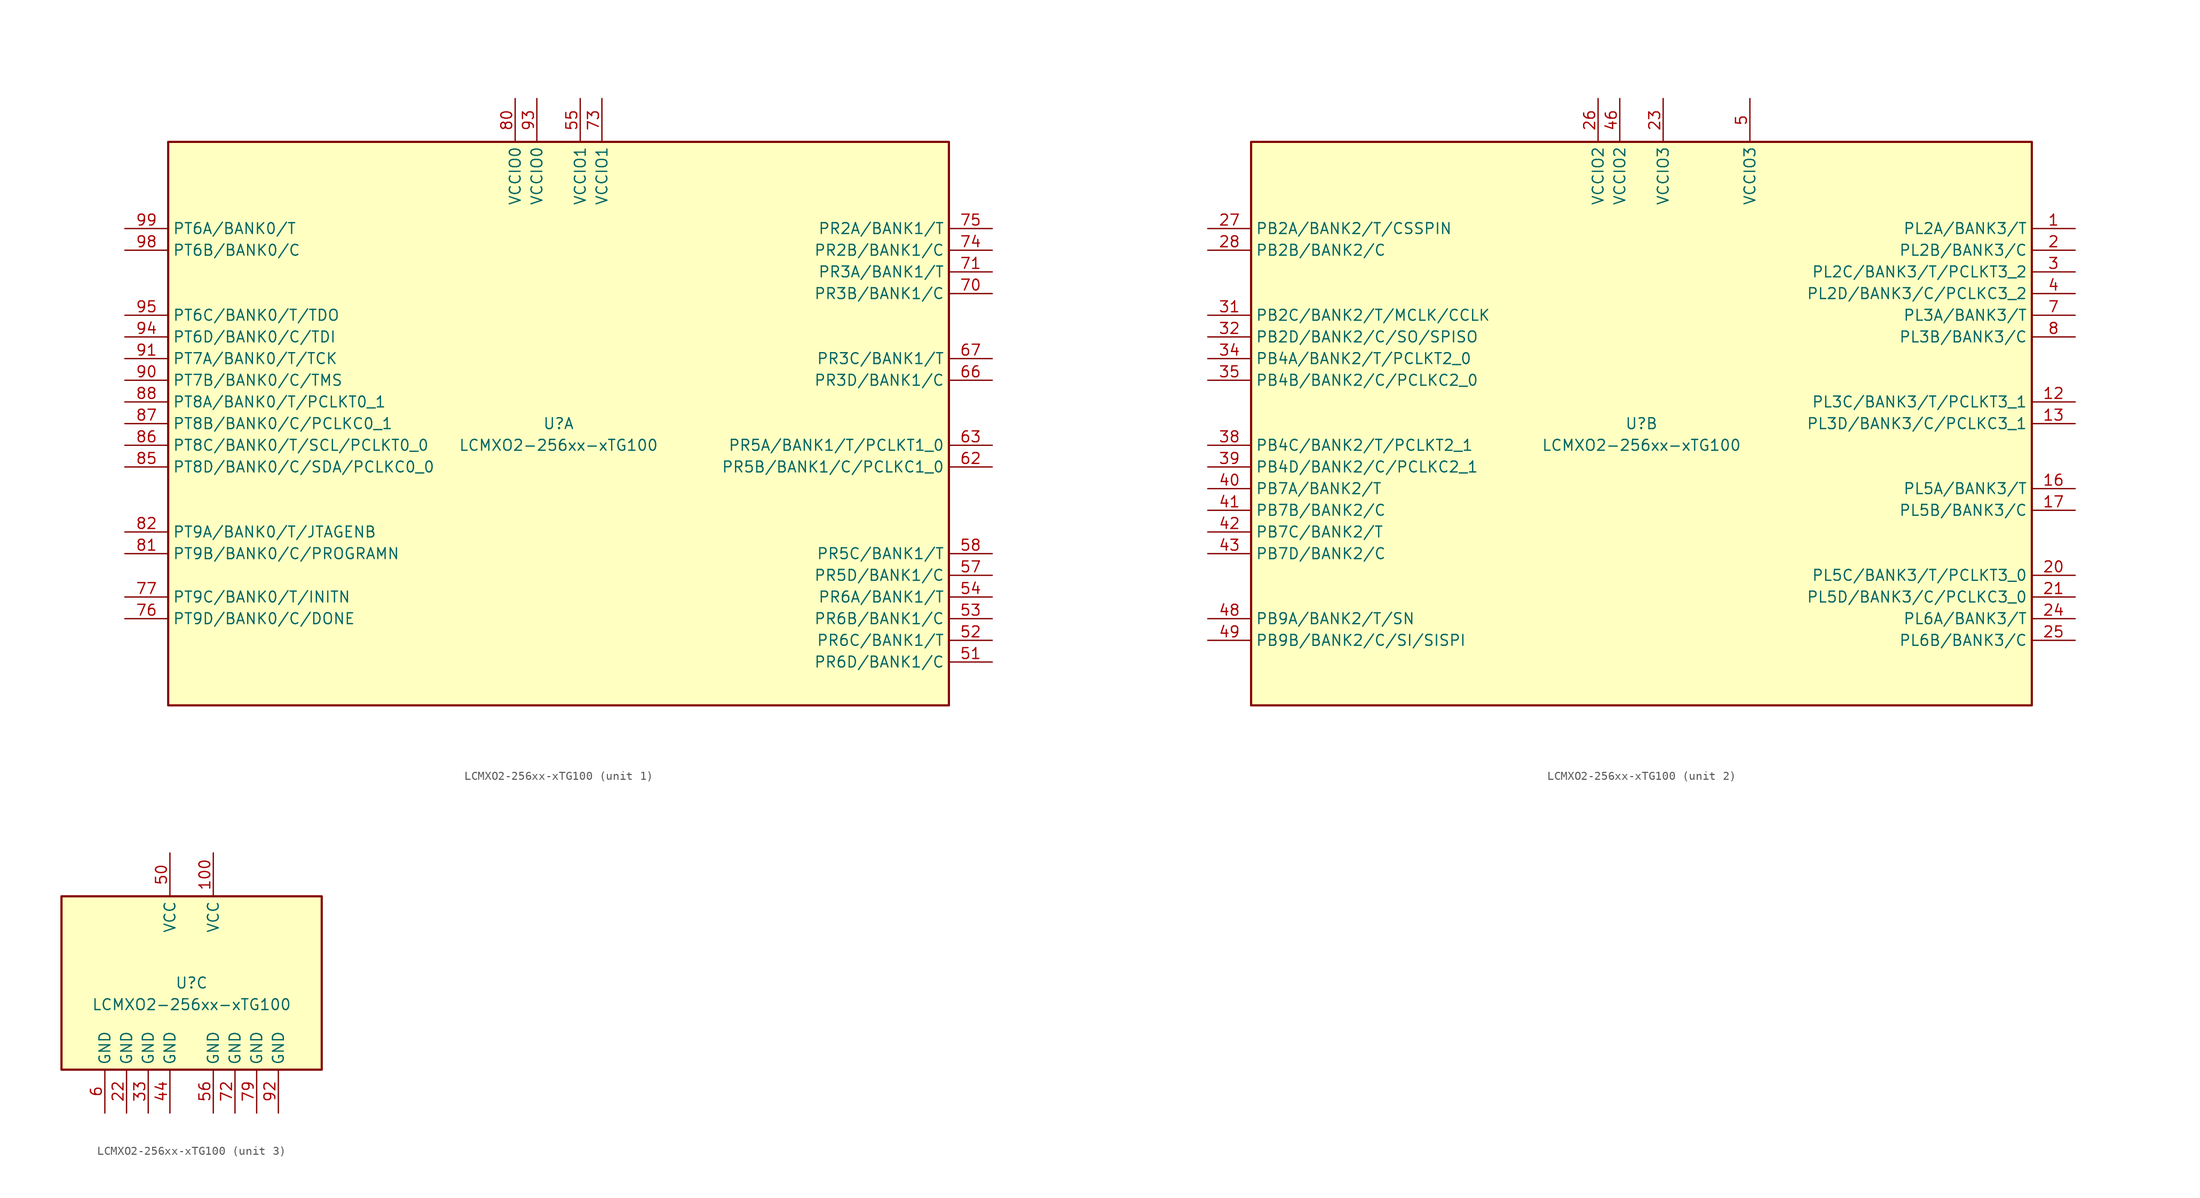
<source format=kicad_sym>
(kicad_symbol_lib
  (version 20241209)
  (generator "kicad_symbol_editor")
  (generator_version "9.0")
  (symbol "LCMXO2-256xx-xTG100"
    (property "Reference" "U"
      (at 0 0 0)
      (effects (font (size 1.27 1.27))))
    (property "Value" "LCMXO2-256xx-xTG100"
      (at 0 -2.54 0)
      (effects (font (size 1.27 1.27))))
    (property "ki_locked" ""
      (at 0 0 0)
      (effects (font (size 1.27 1.27))))
    (symbol "LCMXO2-256xx-xTG100_1_1"
      (rectangle (start -45.72 33.02) (end 45.72 -33.02) (stroke (width 0.254) (type default)) (fill (type background)))
      (pin bidirectional line (at -50.8 22.86 0) (length 5.08) (name "PT6A/BANK0/T" (effects (font (size 1.27 1.27)))) (number "99" (effects (font (size 1.27 1.27)))))
      (pin bidirectional line (at -50.8 20.32 0) (length 5.08) (name "PT6B/BANK0/C" (effects (font (size 1.27 1.27)))) (number "98" (effects (font (size 1.27 1.27)))))
      (pin bidirectional line (at -50.8 12.7 0) (length 5.08) (name "PT6C/BANK0/T/TDO" (effects (font (size 1.27 1.27)))) (number "95" (effects (font (size 1.27 1.27)))))
      (pin bidirectional line (at -50.8 10.16 0) (length 5.08) (name "PT6D/BANK0/C/TDI" (effects (font (size 1.27 1.27)))) (number "94" (effects (font (size 1.27 1.27)))))
      (pin bidirectional line (at -50.8 7.62 0) (length 5.08) (name "PT7A/BANK0/T/TCK" (effects (font (size 1.27 1.27)))) (number "91" (effects (font (size 1.27 1.27)))))
      (pin bidirectional line (at -50.8 5.08 0) (length 5.08) (name "PT7B/BANK0/C/TMS" (effects (font (size 1.27 1.27)))) (number "90" (effects (font (size 1.27 1.27)))))
      (pin bidirectional line (at -50.8 2.54 0) (length 5.08) (name "PT8A/BANK0/T/PCLKT0_1" (effects (font (size 1.27 1.27)))) (number "88" (effects (font (size 1.27 1.27)))))
      (pin bidirectional line (at -50.8 0 0) (length 5.08) (name "PT8B/BANK0/C/PCLKC0_1" (effects (font (size 1.27 1.27)))) (number "87" (effects (font (size 1.27 1.27)))))
      (pin bidirectional line (at -50.8 -2.54 0) (length 5.08) (name "PT8C/BANK0/T/SCL/PCLKT0_0" (effects (font (size 1.27 1.27)))) (number "86" (effects (font (size 1.27 1.27)))))
      (pin bidirectional line (at -50.8 -5.08 0) (length 5.08) (name "PT8D/BANK0/C/SDA/PCLKC0_0" (effects (font (size 1.27 1.27)))) (number "85" (effects (font (size 1.27 1.27)))))
      (pin bidirectional line (at -50.8 -12.7 0) (length 5.08) (name "PT9A/BANK0/T/JTAGENB" (effects (font (size 1.27 1.27)))) (number "82" (effects (font (size 1.27 1.27)))))
      (pin bidirectional line (at -50.8 -15.24 0) (length 5.08) (name "PT9B/BANK0/C/PROGRAMN" (effects (font (size 1.27 1.27)))) (number "81" (effects (font (size 1.27 1.27)))))
      (pin bidirectional line (at -50.8 -20.32 0) (length 5.08) (name "PT9C/BANK0/T/INITN" (effects (font (size 1.27 1.27)))) (number "77" (effects (font (size 1.27 1.27)))))
      (pin bidirectional line (at -50.8 -22.86 0) (length 5.08) (name "PT9D/BANK0/C/DONE" (effects (font (size 1.27 1.27)))) (number "76" (effects (font (size 1.27 1.27)))))
      (pin no_connect line (at -45.72 17.78 0) (length 5.08) (hide yes) (name "NC" (effects (font (size 1.27 1.27)))) (number "97" (effects (font (size 1.27 1.27)))))
      (pin no_connect line (at -45.72 15.24 0) (length 5.08) (hide yes) (name "NC" (effects (font (size 1.27 1.27)))) (number "96" (effects (font (size 1.27 1.27)))))
      (pin no_connect line (at -45.72 -7.62 0) (length 5.08) (hide yes) (name "NC" (effects (font (size 1.27 1.27)))) (number "84" (effects (font (size 1.27 1.27)))))
      (pin no_connect line (at -45.72 -10.16 0) (length 5.08) (hide yes) (name "NC" (effects (font (size 1.27 1.27)))) (number "83" (effects (font (size 1.27 1.27)))))
      (pin no_connect line (at -45.72 -17.78 0) (length 5.08) (hide yes) (name "NC" (effects (font (size 1.27 1.27)))) (number "78" (effects (font (size 1.27 1.27)))))
      (pin no_connect line (at -45.72 -25.4 0) (length 5.08) (hide yes) (name "NC" (effects (font (size 1.27 1.27)))) (number "89" (effects (font (size 1.27 1.27)))))
      (pin power_in line (at -5.08 38.1 270) (length 5.08) (name "VCCIO0" (effects (font (size 1.27 1.27)))) (number "80" (effects (font (size 1.27 1.27)))))
      (pin power_in line (at -2.54 38.1 270) (length 5.08) (name "VCCIO0" (effects (font (size 1.27 1.27)))) (number "93" (effects (font (size 1.27 1.27)))))
      (pin power_in line (at 2.54 38.1 270) (length 5.08) (name "VCCIO1" (effects (font (size 1.27 1.27)))) (number "55" (effects (font (size 1.27 1.27)))))
      (pin power_in line (at 5.08 38.1 270) (length 5.08) (name "VCCIO1" (effects (font (size 1.27 1.27)))) (number "73" (effects (font (size 1.27 1.27)))))
      (pin no_connect line (at 45.72 12.7 180) (length 5.08) (hide yes) (name "NC" (effects (font (size 1.27 1.27)))) (number "69" (effects (font (size 1.27 1.27)))))
      (pin no_connect line (at 45.72 10.16 180) (length 5.08) (hide yes) (name "NC" (effects (font (size 1.27 1.27)))) (number "68" (effects (font (size 1.27 1.27)))))
      (pin no_connect line (at 45.72 2.54 180) (length 5.08) (hide yes) (name "NC" (effects (font (size 1.27 1.27)))) (number "65" (effects (font (size 1.27 1.27)))))
      (pin no_connect line (at 45.72 0 180) (length 5.08) (hide yes) (name "NC" (effects (font (size 1.27 1.27)))) (number "64" (effects (font (size 1.27 1.27)))))
      (pin no_connect line (at 45.72 -7.62 180) (length 5.08) (hide yes) (name "NC" (effects (font (size 1.27 1.27)))) (number "61" (effects (font (size 1.27 1.27)))))
      (pin no_connect line (at 45.72 -10.16 180) (length 5.08) (hide yes) (name "NC" (effects (font (size 1.27 1.27)))) (number "60" (effects (font (size 1.27 1.27)))))
      (pin no_connect line (at 45.72 -12.7 180) (length 5.08) (hide yes) (name "NC" (effects (font (size 1.27 1.27)))) (number "59" (effects (font (size 1.27 1.27)))))
      (pin bidirectional line (at 50.8 22.86 180) (length 5.08) (name "PR2A/BANK1/T" (effects (font (size 1.27 1.27)))) (number "75" (effects (font (size 1.27 1.27)))))
      (pin bidirectional line (at 50.8 20.32 180) (length 5.08) (name "PR2B/BANK1/C" (effects (font (size 1.27 1.27)))) (number "74" (effects (font (size 1.27 1.27)))))
      (pin bidirectional line (at 50.8 17.78 180) (length 5.08) (name "PR3A/BANK1/T" (effects (font (size 1.27 1.27)))) (number "71" (effects (font (size 1.27 1.27)))))
      (pin bidirectional line (at 50.8 15.24 180) (length 5.08) (name "PR3B/BANK1/C" (effects (font (size 1.27 1.27)))) (number "70" (effects (font (size 1.27 1.27)))))
      (pin bidirectional line (at 50.8 7.62 180) (length 5.08) (name "PR3C/BANK1/T" (effects (font (size 1.27 1.27)))) (number "67" (effects (font (size 1.27 1.27)))))
      (pin bidirectional line (at 50.8 5.08 180) (length 5.08) (name "PR3D/BANK1/C" (effects (font (size 1.27 1.27)))) (number "66" (effects (font (size 1.27 1.27)))))
      (pin bidirectional line (at 50.8 -2.54 180) (length 5.08) (name "PR5A/BANK1/T/PCLKT1_0" (effects (font (size 1.27 1.27)))) (number "63" (effects (font (size 1.27 1.27)))))
      (pin bidirectional line (at 50.8 -5.08 180) (length 5.08) (name "PR5B/BANK1/C/PCLKC1_0" (effects (font (size 1.27 1.27)))) (number "62" (effects (font (size 1.27 1.27)))))
      (pin bidirectional line (at 50.8 -15.24 180) (length 5.08) (name "PR5C/BANK1/T" (effects (font (size 1.27 1.27)))) (number "58" (effects (font (size 1.27 1.27)))))
      (pin bidirectional line (at 50.8 -17.78 180) (length 5.08) (name "PR5D/BANK1/C" (effects (font (size 1.27 1.27)))) (number "57" (effects (font (size 1.27 1.27)))))
      (pin bidirectional line (at 50.8 -20.32 180) (length 5.08) (name "PR6A/BANK1/T" (effects (font (size 1.27 1.27)))) (number "54" (effects (font (size 1.27 1.27)))))
      (pin bidirectional line (at 50.8 -22.86 180) (length 5.08) (name "PR6B/BANK1/C" (effects (font (size 1.27 1.27)))) (number "53" (effects (font (size 1.27 1.27)))))
      (pin bidirectional line (at 50.8 -25.4 180) (length 5.08) (name "PR6C/BANK1/T" (effects (font (size 1.27 1.27)))) (number "52" (effects (font (size 1.27 1.27)))))
      (pin bidirectional line (at 50.8 -27.94 180) (length 5.08) (name "PR6D/BANK1/C" (effects (font (size 1.27 1.27)))) (number "51" (effects (font (size 1.27 1.27))))))
    (symbol "LCMXO2-256xx-xTG100_2_1"
      (rectangle (start -45.72 33.02) (end 45.72 -33.02) (stroke (width 0.254) (type default)) (fill (type background)))
      (pin bidirectional line (at -50.8 22.86 0) (length 5.08) (name "PB2A/BANK2/T/CSSPIN" (effects (font (size 1.27 1.27)))) (number "27" (effects (font (size 1.27 1.27)))))
      (pin bidirectional line (at -50.8 20.32 0) (length 5.08) (name "PB2B/BANK2/C" (effects (font (size 1.27 1.27)))) (number "28" (effects (font (size 1.27 1.27)))))
      (pin bidirectional line (at -50.8 12.7 0) (length 5.08) (name "PB2C/BANK2/T/MCLK/CCLK" (effects (font (size 1.27 1.27)))) (number "31" (effects (font (size 1.27 1.27)))))
      (pin bidirectional line (at -50.8 10.16 0) (length 5.08) (name "PB2D/BANK2/C/SO/SPISO" (effects (font (size 1.27 1.27)))) (number "32" (effects (font (size 1.27 1.27)))))
      (pin bidirectional line (at -50.8 7.62 0) (length 5.08) (name "PB4A/BANK2/T/PCLKT2_0" (effects (font (size 1.27 1.27)))) (number "34" (effects (font (size 1.27 1.27)))))
      (pin bidirectional line (at -50.8 5.08 0) (length 5.08) (name "PB4B/BANK2/C/PCLKC2_0" (effects (font (size 1.27 1.27)))) (number "35" (effects (font (size 1.27 1.27)))))
      (pin bidirectional line (at -50.8 -2.54 0) (length 5.08) (name "PB4C/BANK2/T/PCLKT2_1" (effects (font (size 1.27 1.27)))) (number "38" (effects (font (size 1.27 1.27)))))
      (pin bidirectional line (at -50.8 -5.08 0) (length 5.08) (name "PB4D/BANK2/C/PCLKC2_1" (effects (font (size 1.27 1.27)))) (number "39" (effects (font (size 1.27 1.27)))))
      (pin bidirectional line (at -50.8 -7.62 0) (length 5.08) (name "PB7A/BANK2/T" (effects (font (size 1.27 1.27)))) (number "40" (effects (font (size 1.27 1.27)))))
      (pin bidirectional line (at -50.8 -10.16 0) (length 5.08) (name "PB7B/BANK2/C" (effects (font (size 1.27 1.27)))) (number "41" (effects (font (size 1.27 1.27)))))
      (pin bidirectional line (at -50.8 -12.7 0) (length 5.08) (name "PB7C/BANK2/T" (effects (font (size 1.27 1.27)))) (number "42" (effects (font (size 1.27 1.27)))))
      (pin bidirectional line (at -50.8 -15.24 0) (length 5.08) (name "PB7D/BANK2/C" (effects (font (size 1.27 1.27)))) (number "43" (effects (font (size 1.27 1.27)))))
      (pin bidirectional line (at -50.8 -22.86 0) (length 5.08) (name "PB9A/BANK2/T/SN" (effects (font (size 1.27 1.27)))) (number "48" (effects (font (size 1.27 1.27)))))
      (pin bidirectional line (at -50.8 -25.4 0) (length 5.08) (name "PB9B/BANK2/C/SI/SISPI" (effects (font (size 1.27 1.27)))) (number "49" (effects (font (size 1.27 1.27)))))
      (pin no_connect line (at -45.72 17.78 0) (length 5.08) (hide yes) (name "NC" (effects (font (size 1.27 1.27)))) (number "29" (effects (font (size 1.27 1.27)))))
      (pin no_connect line (at -45.72 15.24 0) (length 5.08) (hide yes) (name "NC" (effects (font (size 1.27 1.27)))) (number "30" (effects (font (size 1.27 1.27)))))
      (pin no_connect line (at -45.72 2.54 0) (length 5.08) (hide yes) (name "PB10A/BANK2/T" (effects (font (size 1.27 1.27)))) (number "36" (effects (font (size 1.27 1.27)))))
      (pin no_connect line (at -45.72 0 0) (length 5.08) (hide yes) (name "NC" (effects (font (size 1.27 1.27)))) (number "37" (effects (font (size 1.27 1.27)))))
      (pin no_connect line (at -45.72 -17.78 0) (length 5.08) (hide yes) (name "NC" (effects (font (size 1.27 1.27)))) (number "45" (effects (font (size 1.27 1.27)))))
      (pin no_connect line (at -45.72 -20.32 0) (length 5.08) (hide yes) (name "NC" (effects (font (size 1.27 1.27)))) (number "47" (effects (font (size 1.27 1.27)))))
      (pin power_in line (at -5.08 38.1 270) (length 5.08) (name "VCCIO2" (effects (font (size 1.27 1.27)))) (number "26" (effects (font (size 1.27 1.27)))))
      (pin power_in line (at -2.54 38.1 270) (length 5.08) (name "VCCIO2" (effects (font (size 1.27 1.27)))) (number "46" (effects (font (size 1.27 1.27)))))
      (pin power_in line (at 2.54 38.1 270) (length 5.08) (name "VCCIO3" (effects (font (size 1.27 1.27)))) (number "23" (effects (font (size 1.27 1.27)))))
      (pin no_connect line (at 7.62 33.02 270) (length 5.08) (hide yes) (name "NC" (effects (font (size 1.27 1.27)))) (number "11" (effects (font (size 1.27 1.27)))))
      (pin power_in line (at 12.7 38.1 270) (length 5.08) (name "VCCIO3" (effects (font (size 1.27 1.27)))) (number "5" (effects (font (size 1.27 1.27)))))
      (pin no_connect line (at 45.72 7.62 180) (length 5.08) (hide yes) (name "NC" (effects (font (size 1.27 1.27)))) (number "9" (effects (font (size 1.27 1.27)))))
      (pin no_connect line (at 45.72 5.08 180) (length 5.08) (hide yes) (name "NC" (effects (font (size 1.27 1.27)))) (number "10" (effects (font (size 1.27 1.27)))))
      (pin no_connect line (at 45.72 -2.54 180) (length 5.08) (hide yes) (name "NC" (effects (font (size 1.27 1.27)))) (number "14" (effects (font (size 1.27 1.27)))))
      (pin no_connect line (at 45.72 -5.08 180) (length 5.08) (hide yes) (name "NC" (effects (font (size 1.27 1.27)))) (number "15" (effects (font (size 1.27 1.27)))))
      (pin no_connect line (at 45.72 -12.7 180) (length 5.08) (hide yes) (name "NC" (effects (font (size 1.27 1.27)))) (number "18" (effects (font (size 1.27 1.27)))))
      (pin no_connect line (at 45.72 -15.24 180) (length 5.08) (hide yes) (name "NC" (effects (font (size 1.27 1.27)))) (number "19" (effects (font (size 1.27 1.27)))))
      (pin bidirectional line (at 50.8 22.86 180) (length 5.08) (name "PL2A/BANK3/T" (effects (font (size 1.27 1.27)))) (number "1" (effects (font (size 1.27 1.27)))))
      (pin bidirectional line (at 50.8 20.32 180) (length 5.08) (name "PL2B/BANK3/C" (effects (font (size 1.27 1.27)))) (number "2" (effects (font (size 1.27 1.27)))))
      (pin bidirectional line (at 50.8 17.78 180) (length 5.08) (name "PL2C/BANK3/T/PCLKT3_2" (effects (font (size 1.27 1.27)))) (number "3" (effects (font (size 1.27 1.27)))))
      (pin bidirectional line (at 50.8 15.24 180) (length 5.08) (name "PL2D/BANK3/C/PCLKC3_2" (effects (font (size 1.27 1.27)))) (number "4" (effects (font (size 1.27 1.27)))))
      (pin bidirectional line (at 50.8 12.7 180) (length 5.08) (name "PL3A/BANK3/T" (effects (font (size 1.27 1.27)))) (number "7" (effects (font (size 1.27 1.27)))))
      (pin bidirectional line (at 50.8 10.16 180) (length 5.08) (name "PL3B/BANK3/C" (effects (font (size 1.27 1.27)))) (number "8" (effects (font (size 1.27 1.27)))))
      (pin bidirectional line (at 50.8 2.54 180) (length 5.08) (name "PL3C/BANK3/T/PCLKT3_1" (effects (font (size 1.27 1.27)))) (number "12" (effects (font (size 1.27 1.27)))))
      (pin bidirectional line (at 50.8 0 180) (length 5.08) (name "PL3D/BANK3/C/PCLKC3_1" (effects (font (size 1.27 1.27)))) (number "13" (effects (font (size 1.27 1.27)))))
      (pin bidirectional line (at 50.8 -7.62 180) (length 5.08) (name "PL5A/BANK3/T" (effects (font (size 1.27 1.27)))) (number "16" (effects (font (size 1.27 1.27)))))
      (pin bidirectional line (at 50.8 -10.16 180) (length 5.08) (name "PL5B/BANK3/C" (effects (font (size 1.27 1.27)))) (number "17" (effects (font (size 1.27 1.27)))))
      (pin bidirectional line (at 50.8 -17.78 180) (length 5.08) (name "PL5C/BANK3/T/PCLKT3_0" (effects (font (size 1.27 1.27)))) (number "20" (effects (font (size 1.27 1.27)))))
      (pin bidirectional line (at 50.8 -20.32 180) (length 5.08) (name "PL5D/BANK3/C/PCLKC3_0" (effects (font (size 1.27 1.27)))) (number "21" (effects (font (size 1.27 1.27)))))
      (pin bidirectional line (at 50.8 -22.86 180) (length 5.08) (name "PL6A/BANK3/T" (effects (font (size 1.27 1.27)))) (number "24" (effects (font (size 1.27 1.27)))))
      (pin bidirectional line (at 50.8 -25.4 180) (length 5.08) (name "PL6B/BANK3/C" (effects (font (size 1.27 1.27)))) (number "25" (effects (font (size 1.27 1.27))))))
    (symbol "LCMXO2-256xx-xTG100_3_1"
      (rectangle (start -15.24 10.16) (end 15.24 -10.16) (stroke (width 0.254) (type default)) (fill (type background)))
      (pin power_in line (at -10.16 -15.24 90) (length 5.08) (name "GND" (effects (font (size 1.27 1.27)))) (number "6" (effects (font (size 1.27 1.27)))))
      (pin power_in line (at -7.62 -15.24 90) (length 5.08) (name "GND" (effects (font (size 1.27 1.27)))) (number "22" (effects (font (size 1.27 1.27)))))
      (pin power_in line (at -5.08 -15.24 90) (length 5.08) (name "GND" (effects (font (size 1.27 1.27)))) (number "33" (effects (font (size 1.27 1.27)))))
      (pin power_in line (at -2.54 15.24 270) (length 5.08) (name "VCC" (effects (font (size 1.27 1.27)))) (number "50" (effects (font (size 1.27 1.27)))))
      (pin power_in line (at -2.54 -15.24 90) (length 5.08) (name "GND" (effects (font (size 1.27 1.27)))) (number "44" (effects (font (size 1.27 1.27)))))
      (pin power_in line (at 2.54 15.24 270) (length 5.08) (name "VCC" (effects (font (size 1.27 1.27)))) (number "100" (effects (font (size 1.27 1.27)))))
      (pin power_in line (at 2.54 -15.24 90) (length 5.08) (name "GND" (effects (font (size 1.27 1.27)))) (number "56" (effects (font (size 1.27 1.27)))))
      (pin power_in line (at 5.08 -15.24 90) (length 5.08) (name "GND" (effects (font (size 1.27 1.27)))) (number "72" (effects (font (size 1.27 1.27)))))
      (pin power_in line (at 7.62 -15.24 90) (length 5.08) (name "GND" (effects (font (size 1.27 1.27)))) (number "79" (effects (font (size 1.27 1.27)))))
      (pin power_in line (at 10.16 -15.24 90) (length 5.08) (name "GND" (effects (font (size 1.27 1.27)))) (number "92" (effects (font (size 1.27 1.27))))))))
</source>
